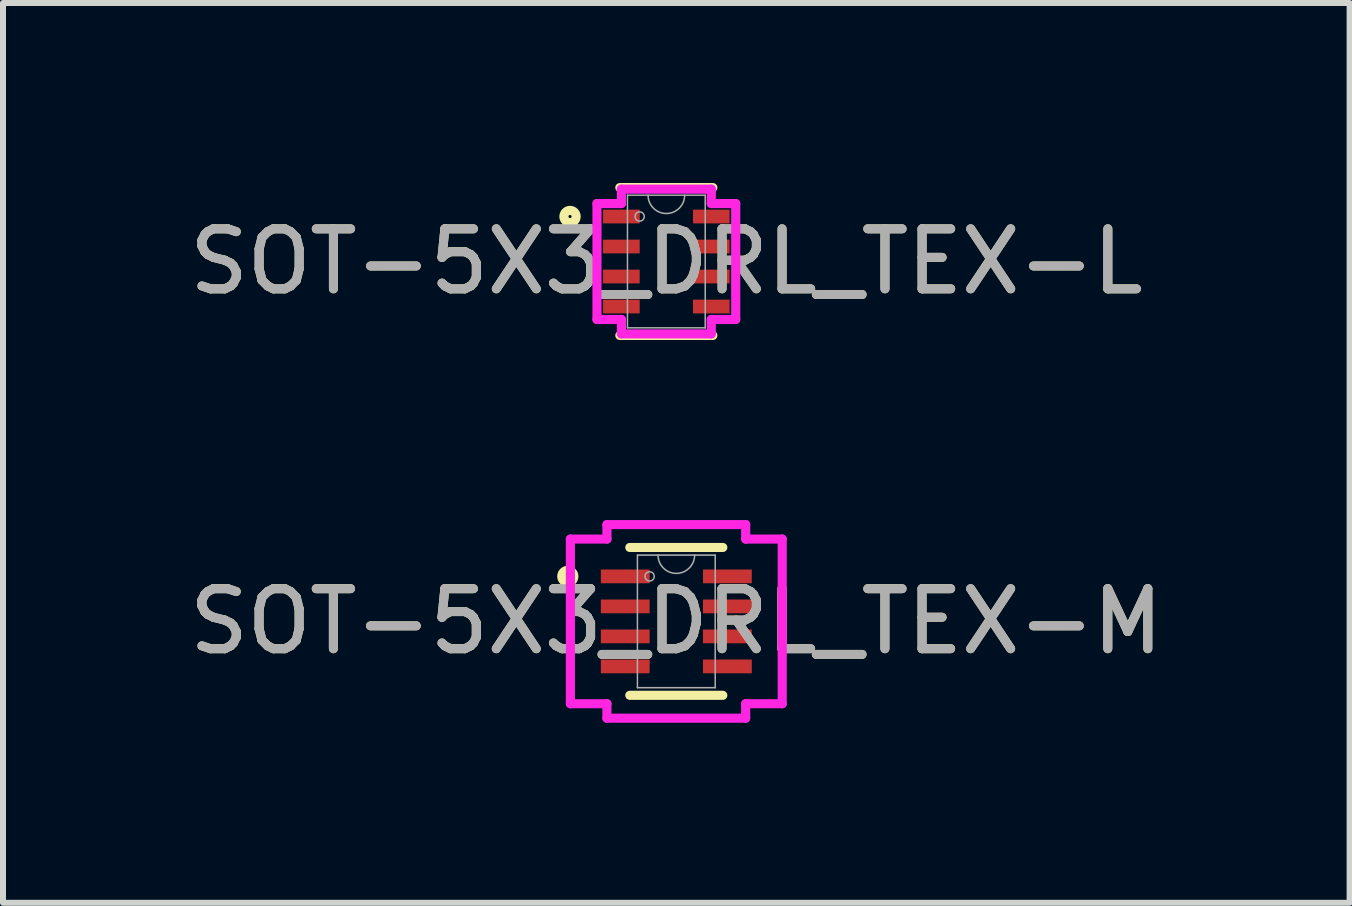
<source format=kicad_pcb>
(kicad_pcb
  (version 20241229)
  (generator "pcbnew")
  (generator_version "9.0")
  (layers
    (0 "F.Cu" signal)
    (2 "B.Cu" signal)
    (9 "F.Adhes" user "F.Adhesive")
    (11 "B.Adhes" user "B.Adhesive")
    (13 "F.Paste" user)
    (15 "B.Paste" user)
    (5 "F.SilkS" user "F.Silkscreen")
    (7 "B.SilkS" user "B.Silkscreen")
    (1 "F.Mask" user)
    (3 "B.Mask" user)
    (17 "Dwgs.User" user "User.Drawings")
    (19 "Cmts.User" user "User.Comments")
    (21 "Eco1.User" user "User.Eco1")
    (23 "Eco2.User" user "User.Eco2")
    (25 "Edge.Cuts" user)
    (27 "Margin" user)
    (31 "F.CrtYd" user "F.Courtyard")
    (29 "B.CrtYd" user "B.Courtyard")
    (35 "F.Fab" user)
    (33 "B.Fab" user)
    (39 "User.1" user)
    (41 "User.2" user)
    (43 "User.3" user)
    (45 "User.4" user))
  (footprint "SOT-5X3_DRL_TEX-M"
    (layer "F.Cu")
    (at 8.22 7.305)
    (property "Reference" "SOT-5X3_DRL_TEX-M" (at 0 0 0) (unlocked yes) (layer "F.SilkS") (effects (font (size 1 1) (thickness 0.15))))
    (attr smd)
    (fp_line (start -0.775 1.232) (end 0.775 1.232) (stroke (width 0.152) (type solid)) (layer "F.SilkS"))
    (fp_line (start 0.775 -1.232) (end -0.775 -1.232) (stroke (width 0.152) (type solid)) (layer "F.SilkS"))
    (fp_circle (center -1.808 -0.75) (end -1.707 -0.75) (stroke (width 0.152) (type solid)) (fill no) (layer "F.SilkS"))
    (fp_line (start -1.765 -1.372) (end -1.156 -1.372) (stroke (width 0.152) (type solid)) (layer "F.CrtYd"))
    (fp_line (start -1.765 1.372) (end -1.765 -1.372) (stroke (width 0.152) (type solid)) (layer "F.CrtYd"))
    (fp_line (start -1.765 1.372) (end -1.156 1.372) (stroke (width 0.152) (type solid)) (layer "F.CrtYd"))
    (fp_line (start -1.156 -1.613) (end 1.156 -1.613) (stroke (width 0.152) (type solid)) (layer "F.CrtYd"))
    (fp_line (start -1.156 -1.372) (end -1.156 -1.613) (stroke (width 0.152) (type solid)) (layer "F.CrtYd"))
    (fp_line (start -1.156 1.613) (end -1.156 1.372) (stroke (width 0.152) (type solid)) (layer "F.CrtYd"))
    (fp_line (start 1.156 -1.613) (end 1.156 -1.372) (stroke (width 0.152) (type solid)) (layer "F.CrtYd"))
    (fp_line (start 1.156 1.372) (end 1.156 1.613) (stroke (width 0.152) (type solid)) (layer "F.CrtYd"))
    (fp_line (start 1.156 1.613) (end -1.156 1.613) (stroke (width 0.152) (type solid)) (layer "F.CrtYd"))
    (fp_line (start 1.765 -1.372) (end 1.156 -1.372) (stroke (width 0.152) (type solid)) (layer "F.CrtYd"))
    (fp_line (start 1.765 -1.372) (end 1.765 1.372) (stroke (width 0.152) (type solid)) (layer "F.CrtYd"))
    (fp_line (start 1.765 1.372) (end 1.156 1.372) (stroke (width 0.152) (type solid)) (layer "F.CrtYd"))
    (fp_line (start -0.648 -1.105) (end -0.648 1.105) (stroke (width 0.025) (type solid)) (layer "F.Fab"))
    (fp_line (start -0.648 1.105) (end 0.648 1.105) (stroke (width 0.025) (type solid)) (layer "F.Fab"))
    (fp_line (start 0.648 -1.105) (end -0.648 -1.105) (stroke (width 0.025) (type solid)) (layer "F.Fab"))
    (fp_line (start 0.648 1.105) (end 0.648 -1.105) (stroke (width 0.025) (type solid)) (layer "F.Fab"))
    (fp_arc (start 0.3048 -1.1049) (mid 0 -0.8001) (end -0.3048 -1.1049) (stroke (width 0.0254) (type solid)) (layer "F.Fab"))
    (fp_circle (center -0.445 -0.75) (end -0.368 -0.75) (stroke (width 0.025) (type solid)) (fill no) (layer "F.Fab"))
    (fp_text user "${REFERENCE}" (at 0 0 0) (unlocked yes) (layer "F.Fab") (effects (font (size 1 1) (thickness 0.15))))
    (pad "1" smd rect (at -0.851 -0.75) (size 0.813 0.229) (layers "F.Cu" "F.Mask" "F.Paste"))
    (pad "2" smd rect (at -0.851 -0.25) (size 0.813 0.229) (layers "F.Cu" "F.Mask" "F.Paste"))
    (pad "3" smd rect (at -0.851 0.25) (size 0.813 0.229) (layers "F.Cu" "F.Mask" "F.Paste"))
    (pad "4" smd rect (at -0.851 0.75) (size 0.813 0.229) (layers "F.Cu" "F.Mask" "F.Paste"))
    (pad "5" smd rect (at 0.851 0.75) (size 0.813 0.229) (layers "F.Cu" "F.Mask" "F.Paste"))
    (pad "6" smd rect (at 0.851 0.25) (size 0.813 0.229) (layers "F.Cu" "F.Mask" "F.Paste"))
    (pad "7" smd rect (at 0.851 -0.25) (size 0.813 0.229) (layers "F.Cu" "F.Mask" "F.Paste"))
    (pad "8" smd rect (at 0.851 -0.75) (size 0.813 0.229) (layers "F.Cu" "F.Mask" "F.Paste")))
  (footprint "SOT-5X3_DRL_TEX-L"
    (layer "F.Cu")
    (at 8.054 1.308)
    (property "Reference" "SOT-5X3_DRL_TEX-L" (at 0 0 0) (unlocked yes) (layer "F.SilkS") (effects (font (size 1 1) (thickness 0.15))))
    (attr smd)
    (fp_line (start -0.775 1.232) (end 0.775 1.232) (stroke (width 0.152) (type solid)) (layer "F.SilkS"))
    (fp_line (start 0.775 -1.232) (end -0.775 -1.232) (stroke (width 0.152) (type solid)) (layer "F.SilkS"))
    (fp_circle (center -1.605 -0.75) (end -1.503 -0.75) (stroke (width 0.152) (type solid)) (fill no) (layer "F.SilkS"))
    (fp_line (start -1.156 -0.966) (end -0.749 -0.966) (stroke (width 0.152) (type solid)) (layer "F.CrtYd"))
    (fp_line (start -1.156 0.966) (end -1.156 -0.966) (stroke (width 0.152) (type solid)) (layer "F.CrtYd"))
    (fp_line (start -1.156 0.966) (end -0.749 0.966) (stroke (width 0.152) (type solid)) (layer "F.CrtYd"))
    (fp_line (start -0.749 -1.206) (end 0.749 -1.206) (stroke (width 0.152) (type solid)) (layer "F.CrtYd"))
    (fp_line (start -0.749 -0.966) (end -0.749 -1.206) (stroke (width 0.152) (type solid)) (layer "F.CrtYd"))
    (fp_line (start -0.749 1.206) (end -0.749 0.966) (stroke (width 0.152) (type solid)) (layer "F.CrtYd"))
    (fp_line (start 0.749 -1.206) (end 0.749 -0.966) (stroke (width 0.152) (type solid)) (layer "F.CrtYd"))
    (fp_line (start 0.749 0.966) (end 0.749 1.206) (stroke (width 0.152) (type solid)) (layer "F.CrtYd"))
    (fp_line (start 0.749 1.206) (end -0.749 1.206) (stroke (width 0.152) (type solid)) (layer "F.CrtYd"))
    (fp_line (start 1.156 -0.966) (end 0.749 -0.966) (stroke (width 0.152) (type solid)) (layer "F.CrtYd"))
    (fp_line (start 1.156 -0.966) (end 1.156 0.966) (stroke (width 0.152) (type solid)) (layer "F.CrtYd"))
    (fp_line (start 1.156 0.966) (end 0.749 0.966) (stroke (width 0.152) (type solid)) (layer "F.CrtYd"))
    (fp_line (start -0.648 -1.105) (end -0.648 1.105) (stroke (width 0.025) (type solid)) (layer "F.Fab"))
    (fp_line (start -0.648 1.105) (end 0.648 1.105) (stroke (width 0.025) (type solid)) (layer "F.Fab"))
    (fp_line (start 0.648 -1.105) (end -0.648 -1.105) (stroke (width 0.025) (type solid)) (layer "F.Fab"))
    (fp_line (start 0.648 1.105) (end 0.648 -1.105) (stroke (width 0.025) (type solid)) (layer "F.Fab"))
    (fp_arc (start 0.3048 -1.1049) (mid 0 -0.8001) (end -0.3048 -1.1049) (stroke (width 0.0254) (type solid)) (layer "F.Fab"))
    (fp_circle (center -0.445 -0.75) (end -0.368 -0.75) (stroke (width 0.025) (type solid)) (fill no) (layer "F.Fab"))
    (fp_text user "${REFERENCE}" (at 0 0 0) (unlocked yes) (layer "F.Fab") (effects (font (size 1 1) (thickness 0.15))))
    (pad "1" smd rect (at -0.749 -0.75) (size 0.61 0.229) (layers "F.Cu" "F.Mask" "F.Paste"))
    (pad "2" smd rect (at -0.749 -0.25) (size 0.61 0.229) (layers "F.Cu" "F.Mask" "F.Paste"))
    (pad "3" smd rect (at -0.749 0.25) (size 0.61 0.229) (layers "F.Cu" "F.Mask" "F.Paste"))
    (pad "4" smd rect (at -0.749 0.75) (size 0.61 0.229) (layers "F.Cu" "F.Mask" "F.Paste"))
    (pad "5" smd rect (at 0.749 0.75) (size 0.61 0.229) (layers "F.Cu" "F.Mask" "F.Paste"))
    (pad "6" smd rect (at 0.749 0.25) (size 0.61 0.229) (layers "F.Cu" "F.Mask" "F.Paste"))
    (pad "7" smd rect (at 0.749 -0.25) (size 0.61 0.229) (layers "F.Cu" "F.Mask" "F.Paste"))
    (pad "8" smd rect (at 0.749 -0.75) (size 0.61 0.229) (layers "F.Cu" "F.Mask" "F.Paste")))
  (gr_rect
    (start -3 -3)
    (end 19.44 11.994)
    (stroke (width 0.1) (type default))
    (fill no)
    (layer "Edge.Cuts")))
</source>
